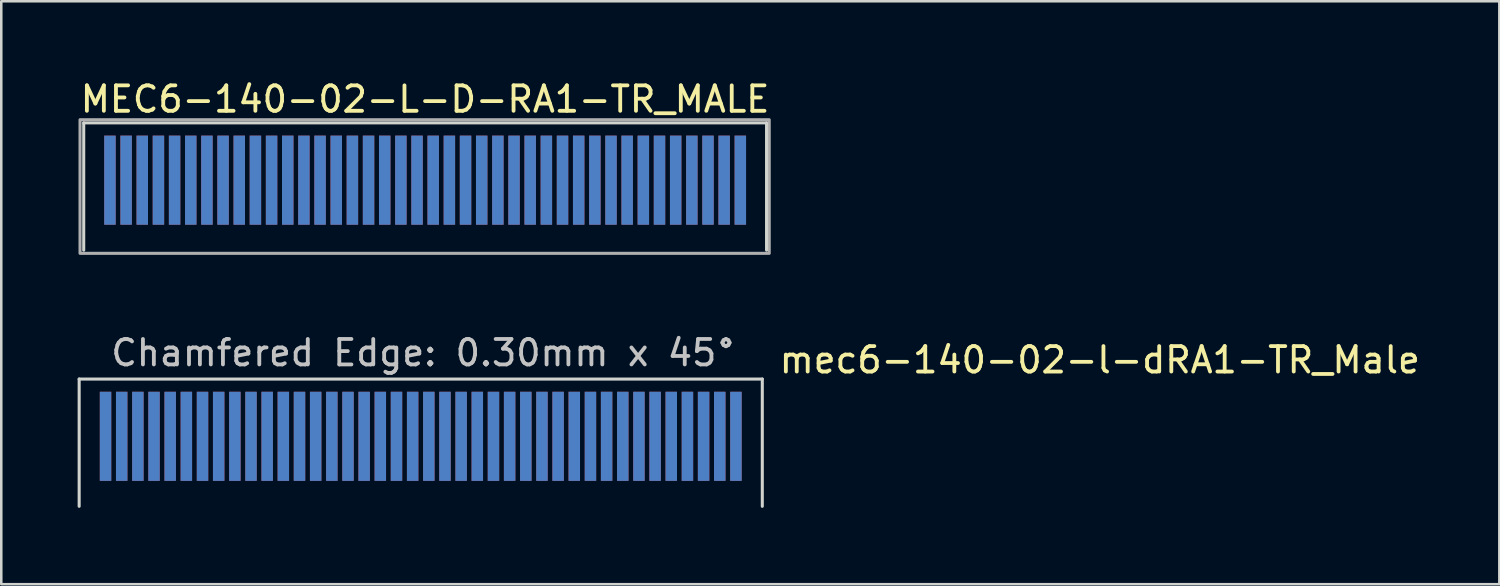
<source format=kicad_pcb>
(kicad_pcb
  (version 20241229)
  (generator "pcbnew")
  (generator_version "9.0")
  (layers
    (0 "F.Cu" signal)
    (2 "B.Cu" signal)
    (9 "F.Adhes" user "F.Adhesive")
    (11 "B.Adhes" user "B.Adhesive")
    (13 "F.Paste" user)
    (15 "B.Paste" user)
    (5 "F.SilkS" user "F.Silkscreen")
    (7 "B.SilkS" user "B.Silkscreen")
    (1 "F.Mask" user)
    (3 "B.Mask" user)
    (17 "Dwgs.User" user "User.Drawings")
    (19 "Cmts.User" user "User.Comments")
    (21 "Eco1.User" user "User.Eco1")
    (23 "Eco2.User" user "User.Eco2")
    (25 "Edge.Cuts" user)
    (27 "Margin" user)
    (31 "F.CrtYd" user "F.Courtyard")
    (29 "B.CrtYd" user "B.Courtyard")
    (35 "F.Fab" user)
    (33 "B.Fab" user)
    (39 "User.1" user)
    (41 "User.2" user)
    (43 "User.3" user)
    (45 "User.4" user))
  (footprint "MEC6-140-02-L-D-RA1-TR_MALE"
    (layer "F.Cu")
    (at 13.649 6.048)
    (property "Reference" "MEC6-140-02-L-D-RA1-TR_MALE" (at 0 -5.2 0) (unlocked yes) (layer "F.SilkS") (effects (font (size 1 1) (thickness 0.15))))
    (fp_line (start -13.41 -4.27) (end -13.41 0.73) (stroke (width 0.12) (type solid)) (layer "Edge.Cuts"))
    (fp_line (start -13.41 -4.27) (end 13.415 -4.27) (stroke (width 0.12) (type solid)) (layer "Edge.Cuts"))
    (fp_line (start 13.415 -4.27) (end 13.415 0.73) (stroke (width 0.12) (type solid)) (layer "Edge.Cuts"))
    (fp_rect (start 13.52 -4.395) (end -13.555 0.855) (stroke (width 0.12) (type default)) (fill no) (layer "F.Fab"))
    (pad "1" connect rect (at 12.385 -2.02) (size 0.45 3.5) (layers "F.Cu" "F.Mask"))
    (pad "2" connect rect (at 12.385 -2.02) (size 0.45 3.5) (layers "B.Cu" "B.Mask"))
    (pad "3" connect rect (at 11.75 -2.02) (size 0.45 3.5) (layers "F.Cu" "F.Mask"))
    (pad "4" connect rect (at 11.75 -2.02) (size 0.45 3.5) (layers "B.Cu" "B.Mask"))
    (pad "5" connect rect (at 11.115 -2.02) (size 0.45 3.5) (layers "F.Cu" "F.Mask"))
    (pad "6" connect rect (at 11.115 -2.02) (size 0.45 3.5) (layers "B.Cu" "B.Mask"))
    (pad "7" connect rect (at 10.48 -2.02) (size 0.45 3.5) (layers "F.Cu" "F.Mask"))
    (pad "8" connect rect (at 10.48 -2.02) (size 0.45 3.5) (layers "B.Cu" "B.Mask"))
    (pad "9" connect rect (at 9.845 -2.02) (size 0.45 3.5) (layers "F.Cu" "F.Mask"))
    (pad "10" connect rect (at 9.845 -2.02) (size 0.45 3.5) (layers "B.Cu" "B.Mask"))
    (pad "11" connect rect (at 9.21 -2.02) (size 0.45 3.5) (layers "F.Cu" "F.Mask"))
    (pad "12" connect rect (at 9.21 -2.02) (size 0.45 3.5) (layers "B.Cu" "B.Mask"))
    (pad "13" connect rect (at 8.575 -2.02) (size 0.45 3.5) (layers "F.Cu" "F.Mask"))
    (pad "14" connect rect (at 8.575 -2.02) (size 0.45 3.5) (layers "B.Cu" "B.Mask"))
    (pad "15" connect rect (at 7.94 -2.02) (size 0.45 3.5) (layers "F.Cu" "F.Mask"))
    (pad "16" connect rect (at 7.94 -2.02) (size 0.45 3.5) (layers "B.Cu" "B.Mask"))
    (pad "17" connect rect (at 7.305 -2.02) (size 0.45 3.5) (layers "F.Cu" "F.Mask"))
    (pad "18" connect rect (at 7.305 -2.02) (size 0.45 3.5) (layers "B.Cu" "B.Mask"))
    (pad "19" connect rect (at 6.67 -2.02) (size 0.45 3.5) (layers "F.Cu" "F.Mask"))
    (pad "20" connect rect (at 6.67 -2.02) (size 0.45 3.5) (layers "B.Cu" "B.Mask"))
    (pad "21" connect rect (at 6.035 -2.02) (size 0.45 3.5) (layers "F.Cu" "F.Mask"))
    (pad "22" connect rect (at 6.035 -2.02) (size 0.45 3.5) (layers "B.Cu" "B.Mask"))
    (pad "23" connect rect (at 5.4 -2.02) (size 0.45 3.5) (layers "F.Cu" "F.Mask"))
    (pad "24" connect rect (at 5.4 -2.02) (size 0.45 3.5) (layers "B.Cu" "B.Mask"))
    (pad "25" connect rect (at 4.765 -2.02) (size 0.45 3.5) (layers "F.Cu" "F.Mask"))
    (pad "26" connect rect (at 4.765 -2.02) (size 0.45 3.5) (layers "B.Cu" "B.Mask"))
    (pad "27" connect rect (at 4.13 -2.02) (size 0.45 3.5) (layers "F.Cu" "F.Mask"))
    (pad "28" connect rect (at 4.13 -2.02) (size 0.45 3.5) (layers "B.Cu" "B.Mask"))
    (pad "29" connect rect (at 3.495 -2.02) (size 0.45 3.5) (layers "F.Cu" "F.Mask"))
    (pad "30" connect rect (at 3.495 -2.02) (size 0.45 3.5) (layers "B.Cu" "B.Mask"))
    (pad "31" connect rect (at 2.86 -2.02) (size 0.45 3.5) (layers "F.Cu" "F.Mask"))
    (pad "32" connect rect (at 2.86 -2.02) (size 0.45 3.5) (layers "B.Cu" "B.Mask"))
    (pad "33" connect rect (at 2.225 -2.02) (size 0.45 3.5) (layers "F.Cu" "F.Mask"))
    (pad "34" connect rect (at 2.225 -2.02) (size 0.45 3.5) (layers "B.Cu" "B.Mask"))
    (pad "35" connect rect (at 1.59 -2.02) (size 0.45 3.5) (layers "F.Cu" "F.Mask"))
    (pad "36" connect rect (at 1.59 -2.02) (size 0.45 3.5) (layers "B.Cu" "B.Mask"))
    (pad "37" connect rect (at 0.955 -2.02) (size 0.45 3.5) (layers "F.Cu" "F.Mask"))
    (pad "38" connect rect (at 0.955 -2.02) (size 0.45 3.5) (layers "B.Cu" "B.Mask"))
    (pad "39" connect rect (at 0.32 -2.02) (size 0.45 3.5) (layers "F.Cu" "F.Mask"))
    (pad "40" connect rect (at 0.32 -2.02) (size 0.45 3.5) (layers "B.Cu" "B.Mask"))
    (pad "41" connect rect (at -0.315 -2.02) (size 0.45 3.5) (layers "F.Cu" "F.Mask"))
    (pad "42" connect rect (at -0.315 -2.02) (size 0.45 3.5) (layers "B.Cu" "B.Mask"))
    (pad "43" connect rect (at -0.95 -2.02) (size 0.45 3.5) (layers "F.Cu" "F.Mask"))
    (pad "44" connect rect (at -0.95 -2.02) (size 0.45 3.5) (layers "B.Cu" "B.Mask"))
    (pad "45" connect rect (at -1.585 -2.02) (size 0.45 3.5) (layers "F.Cu" "F.Mask"))
    (pad "46" connect rect (at -1.585 -2.02) (size 0.45 3.5) (layers "B.Cu" "B.Mask"))
    (pad "47" connect rect (at -2.22 -2.02) (size 0.45 3.5) (layers "F.Cu" "F.Mask"))
    (pad "48" connect rect (at -2.22 -2.02) (size 0.45 3.5) (layers "B.Cu" "B.Mask"))
    (pad "49" connect rect (at -2.855 -2.02) (size 0.45 3.5) (layers "F.Cu" "F.Mask"))
    (pad "50" connect rect (at -2.855 -2.02) (size 0.45 3.5) (layers "B.Cu" "B.Mask"))
    (pad "51" connect rect (at -3.49 -2.02) (size 0.45 3.5) (layers "F.Cu" "F.Mask"))
    (pad "52" connect rect (at -3.49 -2.02) (size 0.45 3.5) (layers "B.Cu" "B.Mask"))
    (pad "53" connect rect (at -4.125 -2.02) (size 0.45 3.5) (layers "F.Cu" "F.Mask"))
    (pad "54" connect rect (at -4.125 -2.02) (size 0.45 3.5) (layers "B.Cu" "B.Mask"))
    (pad "55" connect rect (at -4.76 -2.02) (size 0.45 3.5) (layers "F.Cu" "F.Mask"))
    (pad "56" connect rect (at -4.76 -2.02) (size 0.45 3.5) (layers "B.Cu" "B.Mask"))
    (pad "57" connect rect (at -5.395 -2.02) (size 0.45 3.5) (layers "F.Cu" "F.Mask"))
    (pad "58" connect rect (at -5.395 -2.02) (size 0.45 3.5) (layers "B.Cu" "B.Mask"))
    (pad "59" connect rect (at -6.03 -2.02) (size 0.45 3.5) (layers "F.Cu" "F.Mask"))
    (pad "60" connect rect (at -6.03 -2.02) (size 0.45 3.5) (layers "B.Cu" "B.Mask"))
    (pad "61" connect rect (at -6.665 -2.02) (size 0.45 3.5) (layers "F.Cu" "F.Mask"))
    (pad "62" connect rect (at -6.665 -2.02) (size 0.45 3.5) (layers "B.Cu" "B.Mask"))
    (pad "63" connect rect (at -7.3 -2.02) (size 0.45 3.5) (layers "F.Cu" "F.Mask"))
    (pad "64" connect rect (at -7.3 -2.02) (size 0.45 3.5) (layers "B.Cu" "B.Mask"))
    (pad "65" connect rect (at -7.935 -2.02) (size 0.45 3.5) (layers "F.Cu" "F.Mask"))
    (pad "66" connect rect (at -7.935 -2.02) (size 0.45 3.5) (layers "B.Cu" "B.Mask"))
    (pad "67" connect rect (at -8.57 -2.02) (size 0.45 3.5) (layers "F.Cu" "F.Mask"))
    (pad "68" connect rect (at -8.57 -2.02) (size 0.45 3.5) (layers "B.Cu" "B.Mask"))
    (pad "69" connect rect (at -9.205 -2.02) (size 0.45 3.5) (layers "F.Cu" "F.Mask"))
    (pad "70" connect rect (at -9.205 -2.02) (size 0.45 3.5) (layers "B.Cu" "B.Mask"))
    (pad "71" connect rect (at -9.84 -2.02) (size 0.45 3.5) (layers "F.Cu" "F.Mask"))
    (pad "72" connect rect (at -9.84 -2.02) (size 0.45 3.5) (layers "B.Cu" "B.Mask"))
    (pad "73" connect rect (at -10.475 -2.02) (size 0.45 3.5) (layers "F.Cu" "F.Mask"))
    (pad "74" connect rect (at -10.475 -2.02) (size 0.45 3.5) (layers "B.Cu" "B.Mask"))
    (pad "75" connect rect (at -11.11 -2.02) (size 0.45 3.5) (layers "F.Cu" "F.Mask"))
    (pad "76" connect rect (at -11.11 -2.02) (size 0.45 3.5) (layers "B.Cu" "B.Mask"))
    (pad "77" connect rect (at -11.745 -2.02) (size 0.45 3.5) (layers "F.Cu" "F.Mask"))
    (pad "78" connect rect (at -11.745 -2.02) (size 0.45 3.5) (layers "B.Cu" "B.Mask"))
    (pad "79" connect rect (at -12.38 -2.02) (size 0.45 3.5) (layers "F.Cu" "F.Mask"))
    (pad "80" connect rect (at -12.38 -2.02) (size 0.45 3.5) (layers "B.Cu" "B.Mask")))
  (footprint "mec6-140-02-l-dRA1-TR_Male"
    (layer "F.Cu")
    (at 0.871 15.841)
    (property "Reference" "mec6-140-02-l-dRA1-TR_Male" (at 39.285 -4.75 0) (unlocked yes) (layer "F.SilkS") (effects (font (size 1 1) (thickness 0.15))))
    (fp_line (start -0.811 -4) (end -0.811 1) (stroke (width 0.12) (type solid)) (layer "Edge.Cuts"))
    (fp_line (start -0.811 -4) (end 26.026 -4) (stroke (width 0.12) (type solid)) (layer "Edge.Cuts"))
    (fp_line (start 26.026 -4) (end 26.026 1) (stroke (width 0.12) (type solid)) (layer "Edge.Cuts"))
    (fp_text user "Chamfered Edge: 0.30mm x 45°" (at 12.718 -5.029 0) (layer "Dwgs.User") (effects (font (size 1 1) (thickness 0.15))))
    (pad "1" connect rect (at 24.99 -1.75) (size 0.45 3.5) (layers "F.Cu" "F.Mask"))
    (pad "2" connect rect (at 24.99 -1.75) (size 0.45 3.5) (layers "B.Cu" "B.Mask"))
    (pad "3" connect rect (at 24.355 -1.75) (size 0.45 3.5) (layers "F.Cu" "F.Mask"))
    (pad "4" connect rect (at 24.355 -1.75) (size 0.45 3.5) (layers "B.Cu" "B.Mask"))
    (pad "5" connect rect (at 23.72 -1.75) (size 0.45 3.5) (layers "F.Cu" "F.Mask"))
    (pad "6" connect rect (at 23.72 -1.75) (size 0.45 3.5) (layers "B.Cu" "B.Mask"))
    (pad "7" connect rect (at 23.085 -1.75) (size 0.45 3.5) (layers "F.Cu" "F.Mask"))
    (pad "8" connect rect (at 23.085 -1.75) (size 0.45 3.5) (layers "B.Cu" "B.Mask"))
    (pad "9" connect rect (at 22.45 -1.75) (size 0.45 3.5) (layers "F.Cu" "F.Mask"))
    (pad "10" connect rect (at 22.45 -1.75) (size 0.45 3.5) (layers "B.Cu" "B.Mask"))
    (pad "11" connect rect (at 21.815 -1.75) (size 0.45 3.5) (layers "F.Cu" "F.Mask"))
    (pad "12" connect rect (at 21.815 -1.75) (size 0.45 3.5) (layers "B.Cu" "B.Mask"))
    (pad "13" connect rect (at 21.18 -1.75) (size 0.45 3.5) (layers "F.Cu" "F.Mask"))
    (pad "14" connect rect (at 21.18 -1.75) (size 0.45 3.5) (layers "B.Cu" "B.Mask"))
    (pad "15" connect rect (at 20.545 -1.75) (size 0.45 3.5) (layers "F.Cu" "F.Mask"))
    (pad "16" connect rect (at 20.545 -1.75) (size 0.45 3.5) (layers "B.Cu" "B.Mask"))
    (pad "17" connect rect (at 19.91 -1.75) (size 0.45 3.5) (layers "F.Cu" "F.Mask"))
    (pad "18" connect rect (at 19.91 -1.75) (size 0.45 3.5) (layers "B.Cu" "B.Mask"))
    (pad "19" connect rect (at 19.275 -1.75) (size 0.45 3.5) (layers "F.Cu" "F.Mask"))
    (pad "20" connect rect (at 19.275 -1.75) (size 0.45 3.5) (layers "B.Cu" "B.Mask"))
    (pad "21" connect rect (at 18.64 -1.75) (size 0.45 3.5) (layers "F.Cu" "F.Mask"))
    (pad "22" connect rect (at 18.64 -1.75) (size 0.45 3.5) (layers "B.Cu" "B.Mask"))
    (pad "23" connect rect (at 18.005 -1.75) (size 0.45 3.5) (layers "F.Cu" "F.Mask"))
    (pad "24" connect rect (at 18.005 -1.75) (size 0.45 3.5) (layers "B.Cu" "B.Mask"))
    (pad "25" connect rect (at 17.37 -1.75) (size 0.45 3.5) (layers "F.Cu" "F.Mask"))
    (pad "26" connect rect (at 17.37 -1.75) (size 0.45 3.5) (layers "B.Cu" "B.Mask"))
    (pad "27" connect rect (at 16.735 -1.75) (size 0.45 3.5) (layers "F.Cu" "F.Mask"))
    (pad "28" connect rect (at 16.735 -1.75) (size 0.45 3.5) (layers "B.Cu" "B.Mask"))
    (pad "29" connect rect (at 16.1 -1.75) (size 0.45 3.5) (layers "F.Cu" "F.Mask"))
    (pad "30" connect rect (at 16.1 -1.75) (size 0.45 3.5) (layers "B.Cu" "B.Mask"))
    (pad "31" connect rect (at 15.465 -1.75) (size 0.45 3.5) (layers "F.Cu" "F.Mask"))
    (pad "32" connect rect (at 15.465 -1.75) (size 0.45 3.5) (layers "B.Cu" "B.Mask"))
    (pad "33" connect rect (at 14.83 -1.75) (size 0.45 3.5) (layers "F.Cu" "F.Mask"))
    (pad "34" connect rect (at 14.83 -1.75) (size 0.45 3.5) (layers "B.Cu" "B.Mask"))
    (pad "35" connect rect (at 14.195 -1.75) (size 0.45 3.5) (layers "F.Cu" "F.Mask"))
    (pad "36" connect rect (at 14.195 -1.75) (size 0.45 3.5) (layers "B.Cu" "B.Mask"))
    (pad "37" connect rect (at 13.56 -1.75) (size 0.45 3.5) (layers "F.Cu" "F.Mask"))
    (pad "38" connect rect (at 13.56 -1.75) (size 0.45 3.5) (layers "B.Cu" "B.Mask"))
    (pad "39" connect rect (at 12.925 -1.75) (size 0.45 3.5) (layers "F.Cu" "F.Mask"))
    (pad "40" connect rect (at 12.925 -1.75) (size 0.45 3.5) (layers "B.Cu" "B.Mask"))
    (pad "41" connect rect (at 12.29 -1.75) (size 0.45 3.5) (layers "F.Cu" "F.Mask"))
    (pad "42" connect rect (at 12.29 -1.75) (size 0.45 3.5) (layers "B.Cu" "B.Mask"))
    (pad "43" connect rect (at 11.655 -1.75) (size 0.45 3.5) (layers "F.Cu" "F.Mask"))
    (pad "44" connect rect (at 11.655 -1.75) (size 0.45 3.5) (layers "B.Cu" "B.Mask"))
    (pad "45" connect rect (at 11.02 -1.75) (size 0.45 3.5) (layers "F.Cu" "F.Mask"))
    (pad "46" connect rect (at 11.02 -1.75) (size 0.45 3.5) (layers "B.Cu" "B.Mask"))
    (pad "47" connect rect (at 10.385 -1.75) (size 0.45 3.5) (layers "F.Cu" "F.Mask"))
    (pad "48" connect rect (at 10.385 -1.75) (size 0.45 3.5) (layers "B.Cu" "B.Mask"))
    (pad "49" connect rect (at 9.75 -1.75) (size 0.45 3.5) (layers "F.Cu" "F.Mask"))
    (pad "50" connect rect (at 9.75 -1.75) (size 0.45 3.5) (layers "B.Cu" "B.Mask"))
    (pad "51" connect rect (at 9.115 -1.75) (size 0.45 3.5) (layers "F.Cu" "F.Mask"))
    (pad "52" connect rect (at 9.115 -1.75) (size 0.45 3.5) (layers "B.Cu" "B.Mask"))
    (pad "53" connect rect (at 8.48 -1.75) (size 0.45 3.5) (layers "F.Cu" "F.Mask"))
    (pad "54" connect rect (at 8.48 -1.75) (size 0.45 3.5) (layers "B.Cu" "B.Mask"))
    (pad "55" connect rect (at 7.845 -1.75) (size 0.45 3.5) (layers "F.Cu" "F.Mask"))
    (pad "56" connect rect (at 7.845 -1.75) (size 0.45 3.5) (layers "B.Cu" "B.Mask"))
    (pad "57" connect rect (at 7.21 -1.75) (size 0.45 3.5) (layers "F.Cu" "F.Mask"))
    (pad "58" connect rect (at 7.21 -1.75) (size 0.45 3.5) (layers "B.Cu" "B.Mask"))
    (pad "59" connect rect (at 6.575 -1.75) (size 0.45 3.5) (layers "F.Cu" "F.Mask"))
    (pad "60" connect rect (at 6.575 -1.75) (size 0.45 3.5) (layers "B.Cu" "B.Mask"))
    (pad "61" connect rect (at 5.94 -1.75) (size 0.45 3.5) (layers "F.Cu" "F.Mask"))
    (pad "62" connect rect (at 5.94 -1.75) (size 0.45 3.5) (layers "B.Cu" "B.Mask"))
    (pad "63" connect rect (at 5.305 -1.75) (size 0.45 3.5) (layers "F.Cu" "F.Mask"))
    (pad "64" connect rect (at 5.305 -1.75) (size 0.45 3.5) (layers "B.Cu" "B.Mask"))
    (pad "65" connect rect (at 4.67 -1.75) (size 0.45 3.5) (layers "F.Cu" "F.Mask"))
    (pad "66" connect rect (at 4.67 -1.75) (size 0.45 3.5) (layers "B.Cu" "B.Mask"))
    (pad "67" connect rect (at 4.035 -1.75) (size 0.45 3.5) (layers "F.Cu" "F.Mask"))
    (pad "68" connect rect (at 4.035 -1.75) (size 0.45 3.5) (layers "B.Cu" "B.Mask"))
    (pad "69" connect rect (at 3.4 -1.75) (size 0.45 3.5) (layers "F.Cu" "F.Mask"))
    (pad "70" connect rect (at 3.4 -1.75) (size 0.45 3.5) (layers "B.Cu" "B.Mask"))
    (pad "71" connect rect (at 2.765 -1.75) (size 0.45 3.5) (layers "F.Cu" "F.Mask"))
    (pad "72" connect rect (at 2.765 -1.75) (size 0.45 3.5) (layers "B.Cu" "B.Mask"))
    (pad "73" connect rect (at 2.13 -1.75) (size 0.45 3.5) (layers "F.Cu" "F.Mask"))
    (pad "74" connect rect (at 2.13 -1.75) (size 0.45 3.5) (layers "B.Cu" "B.Mask"))
    (pad "75" connect rect (at 1.495 -1.75) (size 0.45 3.5) (layers "F.Cu" "F.Mask"))
    (pad "76" connect rect (at 1.495 -1.75) (size 0.45 3.5) (layers "B.Cu" "B.Mask"))
    (pad "77" connect rect (at 0.86 -1.75) (size 0.45 3.5) (layers "F.Cu" "F.Mask"))
    (pad "78" connect rect (at 0.86 -1.75) (size 0.45 3.5) (layers "B.Cu" "B.Mask"))
    (pad "79" connect rect (at 0.225 -1.75) (size 0.45 3.5) (layers "F.Cu" "F.Mask"))
    (pad "80" connect rect (at 0.225 -1.75) (size 0.45 3.5) (layers "B.Cu" "B.Mask")))
  (gr_rect
    (start -3 -3)
    (end 55.852 19.901)
    (stroke (width 0.1) (type default))
    (fill no)
    (layer "Edge.Cuts")))
</source>
